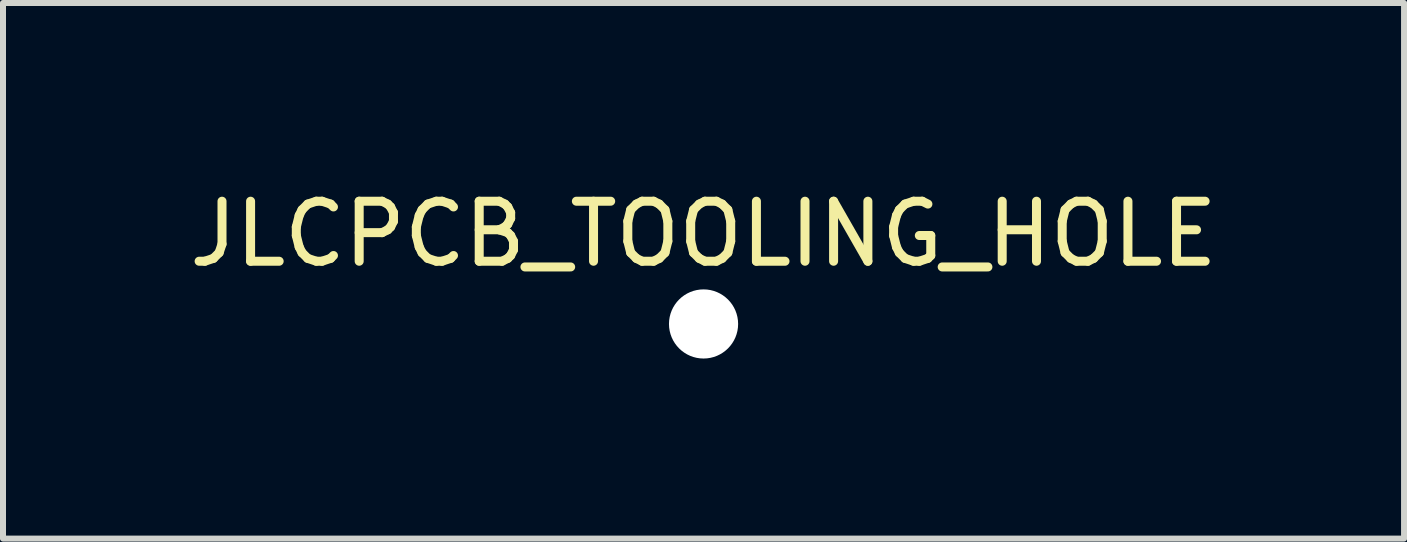
<source format=kicad_pcb>
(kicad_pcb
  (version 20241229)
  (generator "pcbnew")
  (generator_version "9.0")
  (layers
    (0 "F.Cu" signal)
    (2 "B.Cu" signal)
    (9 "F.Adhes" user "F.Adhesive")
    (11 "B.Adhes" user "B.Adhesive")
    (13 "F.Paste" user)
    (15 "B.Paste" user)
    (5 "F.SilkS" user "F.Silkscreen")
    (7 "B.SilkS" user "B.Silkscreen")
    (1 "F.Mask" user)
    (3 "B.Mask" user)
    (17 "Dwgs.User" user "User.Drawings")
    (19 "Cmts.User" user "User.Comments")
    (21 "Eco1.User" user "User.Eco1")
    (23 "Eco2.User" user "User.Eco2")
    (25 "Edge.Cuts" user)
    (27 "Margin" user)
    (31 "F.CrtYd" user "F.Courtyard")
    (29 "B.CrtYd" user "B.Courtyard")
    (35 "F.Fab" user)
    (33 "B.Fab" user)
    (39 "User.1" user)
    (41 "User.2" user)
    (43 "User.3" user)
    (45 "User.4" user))
  (footprint "JLCPCB_TOOLING_HOLE"
    (layer "F.Cu")
    (at 8.673 2.348)
    (property "Reference" "JLCPCB_TOOLING_HOLE" (at 0 -1.5 0) (layer "F.SilkS") (effects (font (size 1 1) (thickness 0.15))))
    (attr through_hole)
    (pad "" np_thru_hole circle (at 0 0) (size 1.152 1.152) (drill 1.152) (layers "*.Cu" "*.Mask")))
  (gr_rect
    (start -3 -3)
    (end 20.345 5.924)
    (stroke (width 0.1) (type default))
    (fill no)
    (layer "Edge.Cuts")))
</source>
